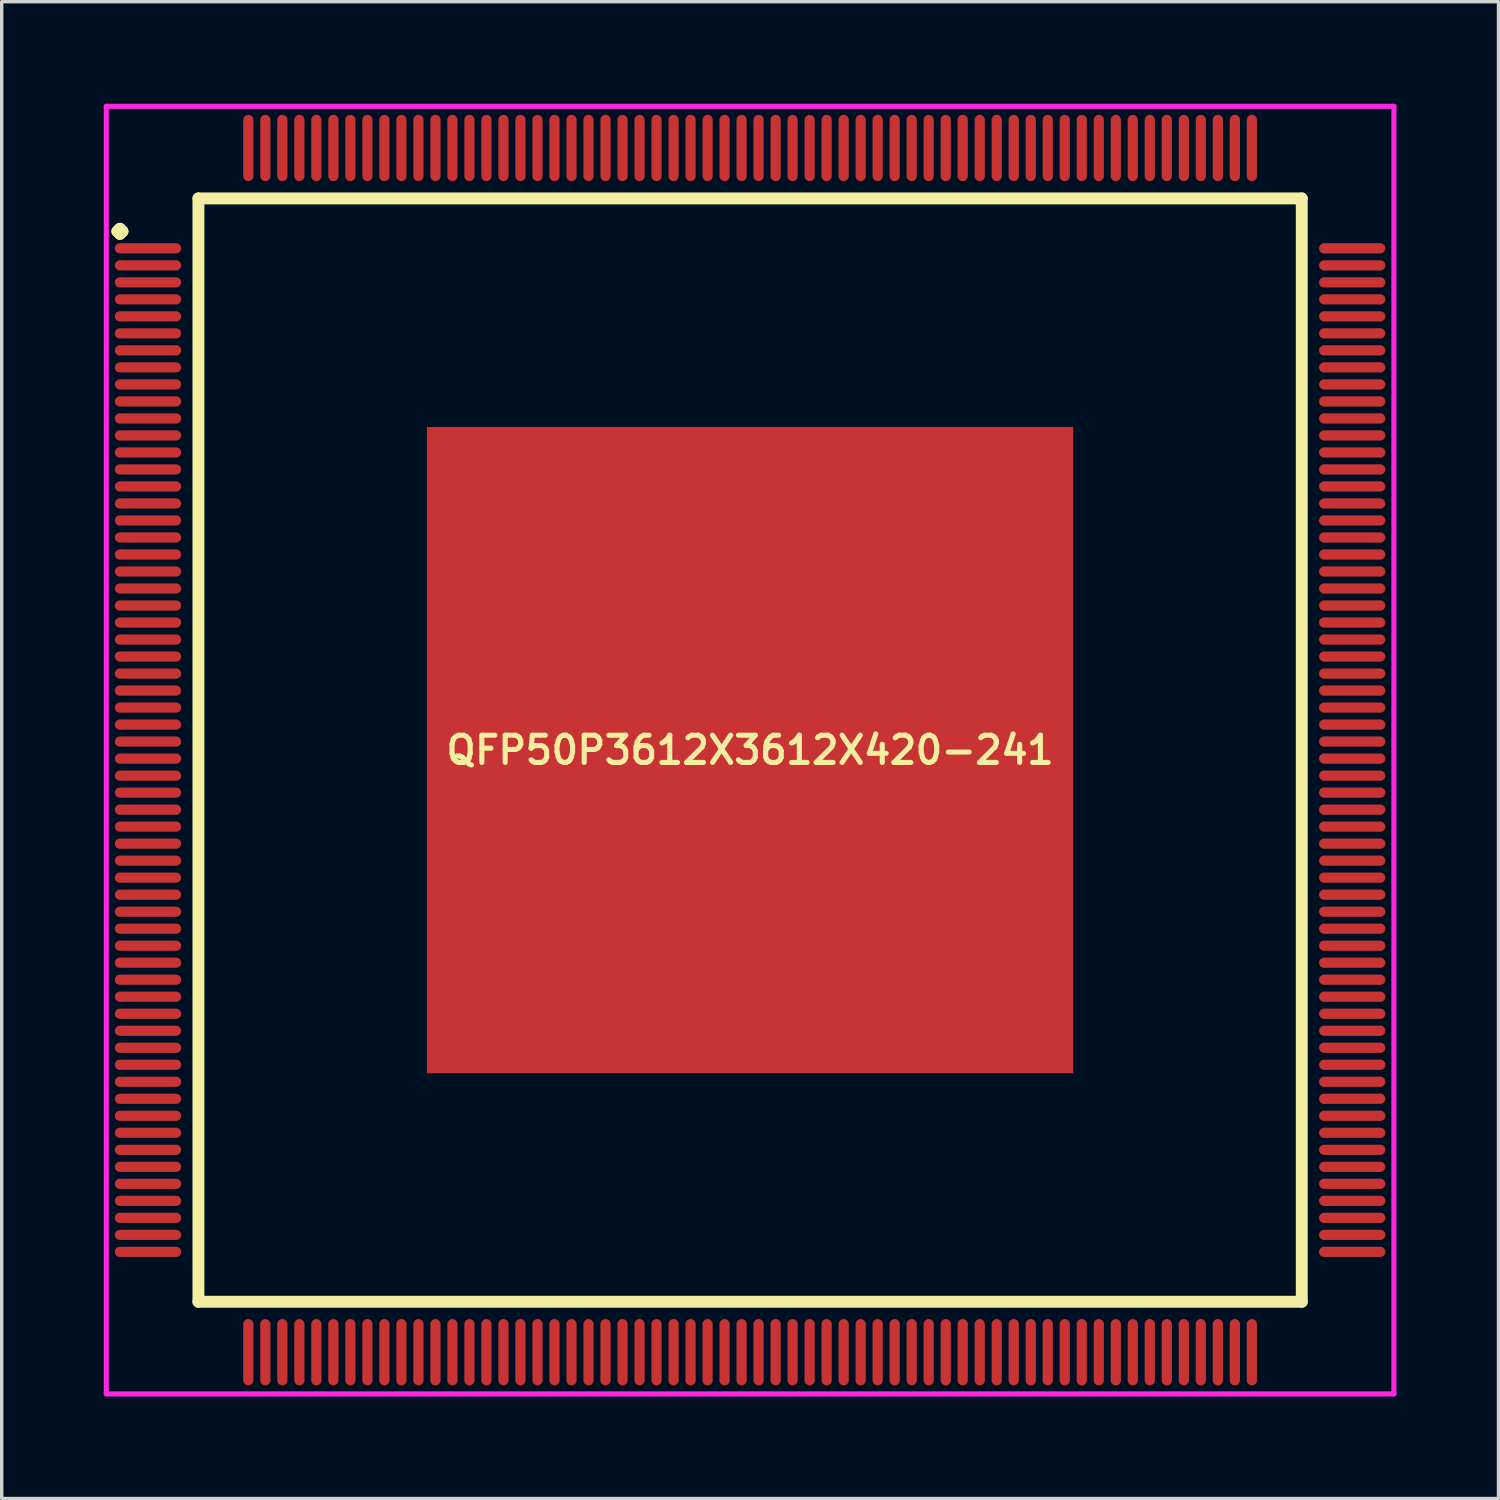
<source format=kicad_pcb>
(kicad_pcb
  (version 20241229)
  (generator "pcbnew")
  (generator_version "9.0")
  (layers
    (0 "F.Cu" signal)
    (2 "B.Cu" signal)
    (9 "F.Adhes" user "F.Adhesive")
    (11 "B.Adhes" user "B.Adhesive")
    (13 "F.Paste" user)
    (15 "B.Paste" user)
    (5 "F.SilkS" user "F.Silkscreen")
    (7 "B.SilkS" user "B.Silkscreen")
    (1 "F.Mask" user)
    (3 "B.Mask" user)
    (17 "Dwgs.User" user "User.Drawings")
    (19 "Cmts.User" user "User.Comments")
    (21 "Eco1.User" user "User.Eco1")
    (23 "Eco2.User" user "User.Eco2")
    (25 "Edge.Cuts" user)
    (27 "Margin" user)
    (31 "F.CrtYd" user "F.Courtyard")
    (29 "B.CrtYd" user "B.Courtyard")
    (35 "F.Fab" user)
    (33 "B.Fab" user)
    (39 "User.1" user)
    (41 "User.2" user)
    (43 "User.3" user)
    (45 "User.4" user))
  (footprint "QFP50P3612X3612X420-241"
    (layer "F.Cu")
    (at 19 19)
    (property "Reference" "QFP50P3612X3612X420-241" (at 0 0 0) (layer "F.SilkS") (effects (font (size 0.8 0.8) (thickness 0.15))))
    (attr smd)
    (fp_line (start -18.6 -15.25) (end -18.525 -15.325) (stroke (width 0.35) (type solid)) (layer "F.SilkS"))
    (fp_line (start -18.525 -15.325) (end -18.45 -15.25) (stroke (width 0.35) (type solid)) (layer "F.SilkS"))
    (fp_line (start -18.525 -15.175) (end -18.6 -15.25) (stroke (width 0.35) (type solid)) (layer "F.SilkS"))
    (fp_line (start -18.45 -15.25) (end -18.525 -15.175) (stroke (width 0.35) (type solid)) (layer "F.SilkS"))
    (fp_line (start -16.217 -16.217) (end -16.217 16.217) (stroke (width 0.35) (type solid)) (layer "F.SilkS"))
    (fp_line (start -16.217 16.217) (end 16.217 16.217) (stroke (width 0.35) (type solid)) (layer "F.SilkS"))
    (fp_line (start 16.217 -16.217) (end -16.217 -16.217) (stroke (width 0.35) (type solid)) (layer "F.SilkS"))
    (fp_line (start 16.217 16.217) (end 16.217 -16.217) (stroke (width 0.35) (type solid)) (layer "F.SilkS"))
    (fp_line (start -18.925 -18.925) (end 18.925 -18.925) (stroke (width 0.15) (type solid)) (layer "F.CrtYd"))
    (fp_line (start -18.925 18.925) (end -18.925 -18.925) (stroke (width 0.15) (type solid)) (layer "F.CrtYd"))
    (fp_line (start 18.925 -18.925) (end 18.925 18.925) (stroke (width 0.15) (type solid)) (layer "F.CrtYd"))
    (fp_line (start 18.925 18.925) (end -18.925 18.925) (stroke (width 0.15) (type solid)) (layer "F.CrtYd"))
    (pad "1" smd oval (at -17.7 -14.75) (size 1.95 0.3) (layers "F.Cu" "F.Mask" "F.Paste"))
    (pad "2" smd oval (at -17.7 -14.25) (size 1.95 0.3) (layers "F.Cu" "F.Mask" "F.Paste"))
    (pad "3" smd oval (at -17.7 -13.75) (size 1.95 0.3) (layers "F.Cu" "F.Mask" "F.Paste"))
    (pad "4" smd oval (at -17.7 -13.25) (size 1.95 0.3) (layers "F.Cu" "F.Mask" "F.Paste"))
    (pad "5" smd oval (at -17.7 -12.75) (size 1.95 0.3) (layers "F.Cu" "F.Mask" "F.Paste"))
    (pad "6" smd oval (at -17.7 -12.25) (size 1.95 0.3) (layers "F.Cu" "F.Mask" "F.Paste"))
    (pad "7" smd oval (at -17.7 -11.75) (size 1.95 0.3) (layers "F.Cu" "F.Mask" "F.Paste"))
    (pad "8" smd oval (at -17.7 -11.25) (size 1.95 0.3) (layers "F.Cu" "F.Mask" "F.Paste"))
    (pad "9" smd oval (at -17.7 -10.75) (size 1.95 0.3) (layers "F.Cu" "F.Mask" "F.Paste"))
    (pad "10" smd oval (at -17.7 -10.25) (size 1.95 0.3) (layers "F.Cu" "F.Mask" "F.Paste"))
    (pad "11" smd oval (at -17.7 -9.75) (size 1.95 0.3) (layers "F.Cu" "F.Mask" "F.Paste"))
    (pad "12" smd oval (at -17.7 -9.25) (size 1.95 0.3) (layers "F.Cu" "F.Mask" "F.Paste"))
    (pad "13" smd oval (at -17.7 -8.75) (size 1.95 0.3) (layers "F.Cu" "F.Mask" "F.Paste"))
    (pad "14" smd oval (at -17.7 -8.25) (size 1.95 0.3) (layers "F.Cu" "F.Mask" "F.Paste"))
    (pad "15" smd oval (at -17.7 -7.75) (size 1.95 0.3) (layers "F.Cu" "F.Mask" "F.Paste"))
    (pad "16" smd oval (at -17.7 -7.25) (size 1.95 0.3) (layers "F.Cu" "F.Mask" "F.Paste"))
    (pad "17" smd oval (at -17.7 -6.75) (size 1.95 0.3) (layers "F.Cu" "F.Mask" "F.Paste"))
    (pad "18" smd oval (at -17.7 -6.25) (size 1.95 0.3) (layers "F.Cu" "F.Mask" "F.Paste"))
    (pad "19" smd oval (at -17.7 -5.75) (size 1.95 0.3) (layers "F.Cu" "F.Mask" "F.Paste"))
    (pad "20" smd oval (at -17.7 -5.25) (size 1.95 0.3) (layers "F.Cu" "F.Mask" "F.Paste"))
    (pad "21" smd oval (at -17.7 -4.75) (size 1.95 0.3) (layers "F.Cu" "F.Mask" "F.Paste"))
    (pad "22" smd oval (at -17.7 -4.25) (size 1.95 0.3) (layers "F.Cu" "F.Mask" "F.Paste"))
    (pad "23" smd oval (at -17.7 -3.75) (size 1.95 0.3) (layers "F.Cu" "F.Mask" "F.Paste"))
    (pad "24" smd oval (at -17.7 -3.25) (size 1.95 0.3) (layers "F.Cu" "F.Mask" "F.Paste"))
    (pad "25" smd oval (at -17.7 -2.75) (size 1.95 0.3) (layers "F.Cu" "F.Mask" "F.Paste"))
    (pad "26" smd oval (at -17.7 -2.25) (size 1.95 0.3) (layers "F.Cu" "F.Mask" "F.Paste"))
    (pad "27" smd oval (at -17.7 -1.75) (size 1.95 0.3) (layers "F.Cu" "F.Mask" "F.Paste"))
    (pad "28" smd oval (at -17.7 -1.25) (size 1.95 0.3) (layers "F.Cu" "F.Mask" "F.Paste"))
    (pad "29" smd oval (at -17.7 -0.75) (size 1.95 0.3) (layers "F.Cu" "F.Mask" "F.Paste"))
    (pad "30" smd oval (at -17.7 -0.25) (size 1.95 0.3) (layers "F.Cu" "F.Mask" "F.Paste"))
    (pad "31" smd oval (at -17.7 0.25) (size 1.95 0.3) (layers "F.Cu" "F.Mask" "F.Paste"))
    (pad "32" smd oval (at -17.7 0.75) (size 1.95 0.3) (layers "F.Cu" "F.Mask" "F.Paste"))
    (pad "33" smd oval (at -17.7 1.25) (size 1.95 0.3) (layers "F.Cu" "F.Mask" "F.Paste"))
    (pad "34" smd oval (at -17.7 1.75) (size 1.95 0.3) (layers "F.Cu" "F.Mask" "F.Paste"))
    (pad "35" smd oval (at -17.7 2.25) (size 1.95 0.3) (layers "F.Cu" "F.Mask" "F.Paste"))
    (pad "36" smd oval (at -17.7 2.75) (size 1.95 0.3) (layers "F.Cu" "F.Mask" "F.Paste"))
    (pad "37" smd oval (at -17.7 3.25) (size 1.95 0.3) (layers "F.Cu" "F.Mask" "F.Paste"))
    (pad "38" smd oval (at -17.7 3.75) (size 1.95 0.3) (layers "F.Cu" "F.Mask" "F.Paste"))
    (pad "39" smd oval (at -17.7 4.25) (size 1.95 0.3) (layers "F.Cu" "F.Mask" "F.Paste"))
    (pad "40" smd oval (at -17.7 4.75) (size 1.95 0.3) (layers "F.Cu" "F.Mask" "F.Paste"))
    (pad "41" smd oval (at -17.7 5.25) (size 1.95 0.3) (layers "F.Cu" "F.Mask" "F.Paste"))
    (pad "42" smd oval (at -17.7 5.75) (size 1.95 0.3) (layers "F.Cu" "F.Mask" "F.Paste"))
    (pad "43" smd oval (at -17.7 6.25) (size 1.95 0.3) (layers "F.Cu" "F.Mask" "F.Paste"))
    (pad "44" smd oval (at -17.7 6.75) (size 1.95 0.3) (layers "F.Cu" "F.Mask" "F.Paste"))
    (pad "45" smd oval (at -17.7 7.25) (size 1.95 0.3) (layers "F.Cu" "F.Mask" "F.Paste"))
    (pad "46" smd oval (at -17.7 7.75) (size 1.95 0.3) (layers "F.Cu" "F.Mask" "F.Paste"))
    (pad "47" smd oval (at -17.7 8.25) (size 1.95 0.3) (layers "F.Cu" "F.Mask" "F.Paste"))
    (pad "48" smd oval (at -17.7 8.75) (size 1.95 0.3) (layers "F.Cu" "F.Mask" "F.Paste"))
    (pad "49" smd oval (at -17.7 9.25) (size 1.95 0.3) (layers "F.Cu" "F.Mask" "F.Paste"))
    (pad "50" smd oval (at -17.7 9.75) (size 1.95 0.3) (layers "F.Cu" "F.Mask" "F.Paste"))
    (pad "51" smd oval (at -17.7 10.25) (size 1.95 0.3) (layers "F.Cu" "F.Mask" "F.Paste"))
    (pad "52" smd oval (at -17.7 10.75) (size 1.95 0.3) (layers "F.Cu" "F.Mask" "F.Paste"))
    (pad "53" smd oval (at -17.7 11.25) (size 1.95 0.3) (layers "F.Cu" "F.Mask" "F.Paste"))
    (pad "54" smd oval (at -17.7 11.75) (size 1.95 0.3) (layers "F.Cu" "F.Mask" "F.Paste"))
    (pad "55" smd oval (at -17.7 12.25) (size 1.95 0.3) (layers "F.Cu" "F.Mask" "F.Paste"))
    (pad "56" smd oval (at -17.7 12.75) (size 1.95 0.3) (layers "F.Cu" "F.Mask" "F.Paste"))
    (pad "57" smd oval (at -17.7 13.25) (size 1.95 0.3) (layers "F.Cu" "F.Mask" "F.Paste"))
    (pad "58" smd oval (at -17.7 13.75) (size 1.95 0.3) (layers "F.Cu" "F.Mask" "F.Paste"))
    (pad "59" smd oval (at -17.7 14.25) (size 1.95 0.3) (layers "F.Cu" "F.Mask" "F.Paste"))
    (pad "60" smd oval (at -17.7 14.75) (size 1.95 0.3) (layers "F.Cu" "F.Mask" "F.Paste"))
    (pad "61" smd oval (at -14.75 17.7) (size 0.3 1.95) (layers "F.Cu" "F.Mask" "F.Paste"))
    (pad "62" smd oval (at -14.25 17.7) (size 0.3 1.95) (layers "F.Cu" "F.Mask" "F.Paste"))
    (pad "63" smd oval (at -13.75 17.7) (size 0.3 1.95) (layers "F.Cu" "F.Mask" "F.Paste"))
    (pad "64" smd oval (at -13.25 17.7) (size 0.3 1.95) (layers "F.Cu" "F.Mask" "F.Paste"))
    (pad "65" smd oval (at -12.75 17.7) (size 0.3 1.95) (layers "F.Cu" "F.Mask" "F.Paste"))
    (pad "66" smd oval (at -12.25 17.7) (size 0.3 1.95) (layers "F.Cu" "F.Mask" "F.Paste"))
    (pad "67" smd oval (at -11.75 17.7) (size 0.3 1.95) (layers "F.Cu" "F.Mask" "F.Paste"))
    (pad "68" smd oval (at -11.25 17.7) (size 0.3 1.95) (layers "F.Cu" "F.Mask" "F.Paste"))
    (pad "69" smd oval (at -10.75 17.7) (size 0.3 1.95) (layers "F.Cu" "F.Mask" "F.Paste"))
    (pad "70" smd oval (at -10.25 17.7) (size 0.3 1.95) (layers "F.Cu" "F.Mask" "F.Paste"))
    (pad "71" smd oval (at -9.75 17.7) (size 0.3 1.95) (layers "F.Cu" "F.Mask" "F.Paste"))
    (pad "72" smd oval (at -9.25 17.7) (size 0.3 1.95) (layers "F.Cu" "F.Mask" "F.Paste"))
    (pad "73" smd oval (at -8.75 17.7) (size 0.3 1.95) (layers "F.Cu" "F.Mask" "F.Paste"))
    (pad "74" smd oval (at -8.25 17.7) (size 0.3 1.95) (layers "F.Cu" "F.Mask" "F.Paste"))
    (pad "75" smd oval (at -7.75 17.7) (size 0.3 1.95) (layers "F.Cu" "F.Mask" "F.Paste"))
    (pad "76" smd oval (at -7.25 17.7) (size 0.3 1.95) (layers "F.Cu" "F.Mask" "F.Paste"))
    (pad "77" smd oval (at -6.75 17.7) (size 0.3 1.95) (layers "F.Cu" "F.Mask" "F.Paste"))
    (pad "78" smd oval (at -6.25 17.7) (size 0.3 1.95) (layers "F.Cu" "F.Mask" "F.Paste"))
    (pad "79" smd oval (at -5.75 17.7) (size 0.3 1.95) (layers "F.Cu" "F.Mask" "F.Paste"))
    (pad "80" smd oval (at -5.25 17.7) (size 0.3 1.95) (layers "F.Cu" "F.Mask" "F.Paste"))
    (pad "81" smd oval (at -4.75 17.7) (size 0.3 1.95) (layers "F.Cu" "F.Mask" "F.Paste"))
    (pad "82" smd oval (at -4.25 17.7) (size 0.3 1.95) (layers "F.Cu" "F.Mask" "F.Paste"))
    (pad "83" smd oval (at -3.75 17.7) (size 0.3 1.95) (layers "F.Cu" "F.Mask" "F.Paste"))
    (pad "84" smd oval (at -3.25 17.7) (size 0.3 1.95) (layers "F.Cu" "F.Mask" "F.Paste"))
    (pad "85" smd oval (at -2.75 17.7) (size 0.3 1.95) (layers "F.Cu" "F.Mask" "F.Paste"))
    (pad "86" smd oval (at -2.25 17.7) (size 0.3 1.95) (layers "F.Cu" "F.Mask" "F.Paste"))
    (pad "87" smd oval (at -1.75 17.7) (size 0.3 1.95) (layers "F.Cu" "F.Mask" "F.Paste"))
    (pad "88" smd oval (at -1.25 17.7) (size 0.3 1.95) (layers "F.Cu" "F.Mask" "F.Paste"))
    (pad "89" smd oval (at -0.75 17.7) (size 0.3 1.95) (layers "F.Cu" "F.Mask" "F.Paste"))
    (pad "90" smd oval (at -0.25 17.7) (size 0.3 1.95) (layers "F.Cu" "F.Mask" "F.Paste"))
    (pad "91" smd oval (at 0.25 17.7) (size 0.3 1.95) (layers "F.Cu" "F.Mask" "F.Paste"))
    (pad "92" smd oval (at 0.75 17.7) (size 0.3 1.95) (layers "F.Cu" "F.Mask" "F.Paste"))
    (pad "93" smd oval (at 1.25 17.7) (size 0.3 1.95) (layers "F.Cu" "F.Mask" "F.Paste"))
    (pad "94" smd oval (at 1.75 17.7) (size 0.3 1.95) (layers "F.Cu" "F.Mask" "F.Paste"))
    (pad "95" smd oval (at 2.25 17.7) (size 0.3 1.95) (layers "F.Cu" "F.Mask" "F.Paste"))
    (pad "96" smd oval (at 2.75 17.7) (size 0.3 1.95) (layers "F.Cu" "F.Mask" "F.Paste"))
    (pad "97" smd oval (at 3.25 17.7) (size 0.3 1.95) (layers "F.Cu" "F.Mask" "F.Paste"))
    (pad "98" smd oval (at 3.75 17.7) (size 0.3 1.95) (layers "F.Cu" "F.Mask" "F.Paste"))
    (pad "99" smd oval (at 4.25 17.7) (size 0.3 1.95) (layers "F.Cu" "F.Mask" "F.Paste"))
    (pad "100" smd oval (at 4.75 17.7) (size 0.3 1.95) (layers "F.Cu" "F.Mask" "F.Paste"))
    (pad "101" smd oval (at 5.25 17.7) (size 0.3 1.95) (layers "F.Cu" "F.Mask" "F.Paste"))
    (pad "102" smd oval (at 5.75 17.7) (size 0.3 1.95) (layers "F.Cu" "F.Mask" "F.Paste"))
    (pad "103" smd oval (at 6.25 17.7) (size 0.3 1.95) (layers "F.Cu" "F.Mask" "F.Paste"))
    (pad "104" smd oval (at 6.75 17.7) (size 0.3 1.95) (layers "F.Cu" "F.Mask" "F.Paste"))
    (pad "105" smd oval (at 7.25 17.7) (size 0.3 1.95) (layers "F.Cu" "F.Mask" "F.Paste"))
    (pad "106" smd oval (at 7.75 17.7) (size 0.3 1.95) (layers "F.Cu" "F.Mask" "F.Paste"))
    (pad "107" smd oval (at 8.25 17.7) (size 0.3 1.95) (layers "F.Cu" "F.Mask" "F.Paste"))
    (pad "108" smd oval (at 8.75 17.7) (size 0.3 1.95) (layers "F.Cu" "F.Mask" "F.Paste"))
    (pad "109" smd oval (at 9.25 17.7) (size 0.3 1.95) (layers "F.Cu" "F.Mask" "F.Paste"))
    (pad "110" smd oval (at 9.75 17.7) (size 0.3 1.95) (layers "F.Cu" "F.Mask" "F.Paste"))
    (pad "111" smd oval (at 10.25 17.7) (size 0.3 1.95) (layers "F.Cu" "F.Mask" "F.Paste"))
    (pad "112" smd oval (at 10.75 17.7) (size 0.3 1.95) (layers "F.Cu" "F.Mask" "F.Paste"))
    (pad "113" smd oval (at 11.25 17.7) (size 0.3 1.95) (layers "F.Cu" "F.Mask" "F.Paste"))
    (pad "114" smd oval (at 11.75 17.7) (size 0.3 1.95) (layers "F.Cu" "F.Mask" "F.Paste"))
    (pad "115" smd oval (at 12.25 17.7) (size 0.3 1.95) (layers "F.Cu" "F.Mask" "F.Paste"))
    (pad "116" smd oval (at 12.75 17.7) (size 0.3 1.95) (layers "F.Cu" "F.Mask" "F.Paste"))
    (pad "117" smd oval (at 13.25 17.7) (size 0.3 1.95) (layers "F.Cu" "F.Mask" "F.Paste"))
    (pad "118" smd oval (at 13.75 17.7) (size 0.3 1.95) (layers "F.Cu" "F.Mask" "F.Paste"))
    (pad "119" smd oval (at 14.25 17.7) (size 0.3 1.95) (layers "F.Cu" "F.Mask" "F.Paste"))
    (pad "120" smd oval (at 14.75 17.7) (size 0.3 1.95) (layers "F.Cu" "F.Mask" "F.Paste"))
    (pad "121" smd oval (at 17.7 14.75) (size 1.95 0.3) (layers "F.Cu" "F.Mask" "F.Paste"))
    (pad "122" smd oval (at 17.7 14.25) (size 1.95 0.3) (layers "F.Cu" "F.Mask" "F.Paste"))
    (pad "123" smd oval (at 17.7 13.75) (size 1.95 0.3) (layers "F.Cu" "F.Mask" "F.Paste"))
    (pad "124" smd oval (at 17.7 13.25) (size 1.95 0.3) (layers "F.Cu" "F.Mask" "F.Paste"))
    (pad "125" smd oval (at 17.7 12.75) (size 1.95 0.3) (layers "F.Cu" "F.Mask" "F.Paste"))
    (pad "126" smd oval (at 17.7 12.25) (size 1.95 0.3) (layers "F.Cu" "F.Mask" "F.Paste"))
    (pad "127" smd oval (at 17.7 11.75) (size 1.95 0.3) (layers "F.Cu" "F.Mask" "F.Paste"))
    (pad "128" smd oval (at 17.7 11.25) (size 1.95 0.3) (layers "F.Cu" "F.Mask" "F.Paste"))
    (pad "129" smd oval (at 17.7 10.75) (size 1.95 0.3) (layers "F.Cu" "F.Mask" "F.Paste"))
    (pad "130" smd oval (at 17.7 10.25) (size 1.95 0.3) (layers "F.Cu" "F.Mask" "F.Paste"))
    (pad "131" smd oval (at 17.7 9.75) (size 1.95 0.3) (layers "F.Cu" "F.Mask" "F.Paste"))
    (pad "132" smd oval (at 17.7 9.25) (size 1.95 0.3) (layers "F.Cu" "F.Mask" "F.Paste"))
    (pad "133" smd oval (at 17.7 8.75) (size 1.95 0.3) (layers "F.Cu" "F.Mask" "F.Paste"))
    (pad "134" smd oval (at 17.7 8.25) (size 1.95 0.3) (layers "F.Cu" "F.Mask" "F.Paste"))
    (pad "135" smd oval (at 17.7 7.75) (size 1.95 0.3) (layers "F.Cu" "F.Mask" "F.Paste"))
    (pad "136" smd oval (at 17.7 7.25) (size 1.95 0.3) (layers "F.Cu" "F.Mask" "F.Paste"))
    (pad "137" smd oval (at 17.7 6.75) (size 1.95 0.3) (layers "F.Cu" "F.Mask" "F.Paste"))
    (pad "138" smd oval (at 17.7 6.25) (size 1.95 0.3) (layers "F.Cu" "F.Mask" "F.Paste"))
    (pad "139" smd oval (at 17.7 5.75) (size 1.95 0.3) (layers "F.Cu" "F.Mask" "F.Paste"))
    (pad "140" smd oval (at 17.7 5.25) (size 1.95 0.3) (layers "F.Cu" "F.Mask" "F.Paste"))
    (pad "141" smd oval (at 17.7 4.75) (size 1.95 0.3) (layers "F.Cu" "F.Mask" "F.Paste"))
    (pad "142" smd oval (at 17.7 4.25) (size 1.95 0.3) (layers "F.Cu" "F.Mask" "F.Paste"))
    (pad "143" smd oval (at 17.7 3.75) (size 1.95 0.3) (layers "F.Cu" "F.Mask" "F.Paste"))
    (pad "144" smd oval (at 17.7 3.25) (size 1.95 0.3) (layers "F.Cu" "F.Mask" "F.Paste"))
    (pad "145" smd oval (at 17.7 2.75) (size 1.95 0.3) (layers "F.Cu" "F.Mask" "F.Paste"))
    (pad "146" smd oval (at 17.7 2.25) (size 1.95 0.3) (layers "F.Cu" "F.Mask" "F.Paste"))
    (pad "147" smd oval (at 17.7 1.75) (size 1.95 0.3) (layers "F.Cu" "F.Mask" "F.Paste"))
    (pad "148" smd oval (at 17.7 1.25) (size 1.95 0.3) (layers "F.Cu" "F.Mask" "F.Paste"))
    (pad "149" smd oval (at 17.7 0.75) (size 1.95 0.3) (layers "F.Cu" "F.Mask" "F.Paste"))
    (pad "150" smd oval (at 17.7 0.25) (size 1.95 0.3) (layers "F.Cu" "F.Mask" "F.Paste"))
    (pad "151" smd oval (at 17.7 -0.25) (size 1.95 0.3) (layers "F.Cu" "F.Mask" "F.Paste"))
    (pad "152" smd oval (at 17.7 -0.75) (size 1.95 0.3) (layers "F.Cu" "F.Mask" "F.Paste"))
    (pad "153" smd oval (at 17.7 -1.25) (size 1.95 0.3) (layers "F.Cu" "F.Mask" "F.Paste"))
    (pad "154" smd oval (at 17.7 -1.75) (size 1.95 0.3) (layers "F.Cu" "F.Mask" "F.Paste"))
    (pad "155" smd oval (at 17.7 -2.25) (size 1.95 0.3) (layers "F.Cu" "F.Mask" "F.Paste"))
    (pad "156" smd oval (at 17.7 -2.75) (size 1.95 0.3) (layers "F.Cu" "F.Mask" "F.Paste"))
    (pad "157" smd oval (at 17.7 -3.25) (size 1.95 0.3) (layers "F.Cu" "F.Mask" "F.Paste"))
    (pad "158" smd oval (at 17.7 -3.75) (size 1.95 0.3) (layers "F.Cu" "F.Mask" "F.Paste"))
    (pad "159" smd oval (at 17.7 -4.25) (size 1.95 0.3) (layers "F.Cu" "F.Mask" "F.Paste"))
    (pad "160" smd oval (at 17.7 -4.75) (size 1.95 0.3) (layers "F.Cu" "F.Mask" "F.Paste"))
    (pad "161" smd oval (at 17.7 -5.25) (size 1.95 0.3) (layers "F.Cu" "F.Mask" "F.Paste"))
    (pad "162" smd oval (at 17.7 -5.75) (size 1.95 0.3) (layers "F.Cu" "F.Mask" "F.Paste"))
    (pad "163" smd oval (at 17.7 -6.25) (size 1.95 0.3) (layers "F.Cu" "F.Mask" "F.Paste"))
    (pad "164" smd oval (at 17.7 -6.75) (size 1.95 0.3) (layers "F.Cu" "F.Mask" "F.Paste"))
    (pad "165" smd oval (at 17.7 -7.25) (size 1.95 0.3) (layers "F.Cu" "F.Mask" "F.Paste"))
    (pad "166" smd oval (at 17.7 -7.75) (size 1.95 0.3) (layers "F.Cu" "F.Mask" "F.Paste"))
    (pad "167" smd oval (at 17.7 -8.25) (size 1.95 0.3) (layers "F.Cu" "F.Mask" "F.Paste"))
    (pad "168" smd oval (at 17.7 -8.75) (size 1.95 0.3) (layers "F.Cu" "F.Mask" "F.Paste"))
    (pad "169" smd oval (at 17.7 -9.25) (size 1.95 0.3) (layers "F.Cu" "F.Mask" "F.Paste"))
    (pad "170" smd oval (at 17.7 -9.75) (size 1.95 0.3) (layers "F.Cu" "F.Mask" "F.Paste"))
    (pad "171" smd oval (at 17.7 -10.25) (size 1.95 0.3) (layers "F.Cu" "F.Mask" "F.Paste"))
    (pad "172" smd oval (at 17.7 -10.75) (size 1.95 0.3) (layers "F.Cu" "F.Mask" "F.Paste"))
    (pad "173" smd oval (at 17.7 -11.25) (size 1.95 0.3) (layers "F.Cu" "F.Mask" "F.Paste"))
    (pad "174" smd oval (at 17.7 -11.75) (size 1.95 0.3) (layers "F.Cu" "F.Mask" "F.Paste"))
    (pad "175" smd oval (at 17.7 -12.25) (size 1.95 0.3) (layers "F.Cu" "F.Mask" "F.Paste"))
    (pad "176" smd oval (at 17.7 -12.75) (size 1.95 0.3) (layers "F.Cu" "F.Mask" "F.Paste"))
    (pad "177" smd oval (at 17.7 -13.25) (size 1.95 0.3) (layers "F.Cu" "F.Mask" "F.Paste"))
    (pad "178" smd oval (at 17.7 -13.75) (size 1.95 0.3) (layers "F.Cu" "F.Mask" "F.Paste"))
    (pad "179" smd oval (at 17.7 -14.25) (size 1.95 0.3) (layers "F.Cu" "F.Mask" "F.Paste"))
    (pad "180" smd oval (at 17.7 -14.75) (size 1.95 0.3) (layers "F.Cu" "F.Mask" "F.Paste"))
    (pad "181" smd oval (at 14.75 -17.7) (size 0.3 1.95) (layers "F.Cu" "F.Mask" "F.Paste"))
    (pad "182" smd oval (at 14.25 -17.7) (size 0.3 1.95) (layers "F.Cu" "F.Mask" "F.Paste"))
    (pad "183" smd oval (at 13.75 -17.7) (size 0.3 1.95) (layers "F.Cu" "F.Mask" "F.Paste"))
    (pad "184" smd oval (at 13.25 -17.7) (size 0.3 1.95) (layers "F.Cu" "F.Mask" "F.Paste"))
    (pad "185" smd oval (at 12.75 -17.7) (size 0.3 1.95) (layers "F.Cu" "F.Mask" "F.Paste"))
    (pad "186" smd oval (at 12.25 -17.7) (size 0.3 1.95) (layers "F.Cu" "F.Mask" "F.Paste"))
    (pad "187" smd oval (at 11.75 -17.7) (size 0.3 1.95) (layers "F.Cu" "F.Mask" "F.Paste"))
    (pad "188" smd oval (at 11.25 -17.7) (size 0.3 1.95) (layers "F.Cu" "F.Mask" "F.Paste"))
    (pad "189" smd oval (at 10.75 -17.7) (size 0.3 1.95) (layers "F.Cu" "F.Mask" "F.Paste"))
    (pad "190" smd oval (at 10.25 -17.7) (size 0.3 1.95) (layers "F.Cu" "F.Mask" "F.Paste"))
    (pad "191" smd oval (at 9.75 -17.7) (size 0.3 1.95) (layers "F.Cu" "F.Mask" "F.Paste"))
    (pad "192" smd oval (at 9.25 -17.7) (size 0.3 1.95) (layers "F.Cu" "F.Mask" "F.Paste"))
    (pad "193" smd oval (at 8.75 -17.7) (size 0.3 1.95) (layers "F.Cu" "F.Mask" "F.Paste"))
    (pad "194" smd oval (at 8.25 -17.7) (size 0.3 1.95) (layers "F.Cu" "F.Mask" "F.Paste"))
    (pad "195" smd oval (at 7.75 -17.7) (size 0.3 1.95) (layers "F.Cu" "F.Mask" "F.Paste"))
    (pad "196" smd oval (at 7.25 -17.7) (size 0.3 1.95) (layers "F.Cu" "F.Mask" "F.Paste"))
    (pad "197" smd oval (at 6.75 -17.7) (size 0.3 1.95) (layers "F.Cu" "F.Mask" "F.Paste"))
    (pad "198" smd oval (at 6.25 -17.7) (size 0.3 1.95) (layers "F.Cu" "F.Mask" "F.Paste"))
    (pad "199" smd oval (at 5.75 -17.7) (size 0.3 1.95) (layers "F.Cu" "F.Mask" "F.Paste"))
    (pad "200" smd oval (at 5.25 -17.7) (size 0.3 1.95) (layers "F.Cu" "F.Mask" "F.Paste"))
    (pad "201" smd oval (at 4.75 -17.7) (size 0.3 1.95) (layers "F.Cu" "F.Mask" "F.Paste"))
    (pad "202" smd oval (at 4.25 -17.7) (size 0.3 1.95) (layers "F.Cu" "F.Mask" "F.Paste"))
    (pad "203" smd oval (at 3.75 -17.7) (size 0.3 1.95) (layers "F.Cu" "F.Mask" "F.Paste"))
    (pad "204" smd oval (at 3.25 -17.7) (size 0.3 1.95) (layers "F.Cu" "F.Mask" "F.Paste"))
    (pad "205" smd oval (at 2.75 -17.7) (size 0.3 1.95) (layers "F.Cu" "F.Mask" "F.Paste"))
    (pad "206" smd oval (at 2.25 -17.7) (size 0.3 1.95) (layers "F.Cu" "F.Mask" "F.Paste"))
    (pad "207" smd oval (at 1.75 -17.7) (size 0.3 1.95) (layers "F.Cu" "F.Mask" "F.Paste"))
    (pad "208" smd oval (at 1.25 -17.7) (size 0.3 1.95) (layers "F.Cu" "F.Mask" "F.Paste"))
    (pad "209" smd oval (at 0.75 -17.7) (size 0.3 1.95) (layers "F.Cu" "F.Mask" "F.Paste"))
    (pad "210" smd oval (at 0.25 -17.7) (size 0.3 1.95) (layers "F.Cu" "F.Mask" "F.Paste"))
    (pad "211" smd oval (at -0.25 -17.7) (size 0.3 1.95) (layers "F.Cu" "F.Mask" "F.Paste"))
    (pad "212" smd oval (at -0.75 -17.7) (size 0.3 1.95) (layers "F.Cu" "F.Mask" "F.Paste"))
    (pad "213" smd oval (at -1.25 -17.7) (size 0.3 1.95) (layers "F.Cu" "F.Mask" "F.Paste"))
    (pad "214" smd oval (at -1.75 -17.7) (size 0.3 1.95) (layers "F.Cu" "F.Mask" "F.Paste"))
    (pad "215" smd oval (at -2.25 -17.7) (size 0.3 1.95) (layers "F.Cu" "F.Mask" "F.Paste"))
    (pad "216" smd oval (at -2.75 -17.7) (size 0.3 1.95) (layers "F.Cu" "F.Mask" "F.Paste"))
    (pad "217" smd oval (at -3.25 -17.7) (size 0.3 1.95) (layers "F.Cu" "F.Mask" "F.Paste"))
    (pad "218" smd oval (at -3.75 -17.7) (size 0.3 1.95) (layers "F.Cu" "F.Mask" "F.Paste"))
    (pad "219" smd oval (at -4.25 -17.7) (size 0.3 1.95) (layers "F.Cu" "F.Mask" "F.Paste"))
    (pad "220" smd oval (at -4.75 -17.7) (size 0.3 1.95) (layers "F.Cu" "F.Mask" "F.Paste"))
    (pad "221" smd oval (at -5.25 -17.7) (size 0.3 1.95) (layers "F.Cu" "F.Mask" "F.Paste"))
    (pad "222" smd oval (at -5.75 -17.7) (size 0.3 1.95) (layers "F.Cu" "F.Mask" "F.Paste"))
    (pad "223" smd oval (at -6.25 -17.7) (size 0.3 1.95) (layers "F.Cu" "F.Mask" "F.Paste"))
    (pad "224" smd oval (at -6.75 -17.7) (size 0.3 1.95) (layers "F.Cu" "F.Mask" "F.Paste"))
    (pad "225" smd oval (at -7.25 -17.7) (size 0.3 1.95) (layers "F.Cu" "F.Mask" "F.Paste"))
    (pad "226" smd oval (at -7.75 -17.7) (size 0.3 1.95) (layers "F.Cu" "F.Mask" "F.Paste"))
    (pad "227" smd oval (at -8.25 -17.7) (size 0.3 1.95) (layers "F.Cu" "F.Mask" "F.Paste"))
    (pad "228" smd oval (at -8.75 -17.7) (size 0.3 1.95) (layers "F.Cu" "F.Mask" "F.Paste"))
    (pad "229" smd oval (at -9.25 -17.7) (size 0.3 1.95) (layers "F.Cu" "F.Mask" "F.Paste"))
    (pad "230" smd oval (at -9.75 -17.7) (size 0.3 1.95) (layers "F.Cu" "F.Mask" "F.Paste"))
    (pad "231" smd oval (at -10.25 -17.7) (size 0.3 1.95) (layers "F.Cu" "F.Mask" "F.Paste"))
    (pad "232" smd oval (at -10.75 -17.7) (size 0.3 1.95) (layers "F.Cu" "F.Mask" "F.Paste"))
    (pad "233" smd oval (at -11.25 -17.7) (size 0.3 1.95) (layers "F.Cu" "F.Mask" "F.Paste"))
    (pad "234" smd oval (at -11.75 -17.7) (size 0.3 1.95) (layers "F.Cu" "F.Mask" "F.Paste"))
    (pad "235" smd oval (at -12.25 -17.7) (size 0.3 1.95) (layers "F.Cu" "F.Mask" "F.Paste"))
    (pad "236" smd oval (at -12.75 -17.7) (size 0.3 1.95) (layers "F.Cu" "F.Mask" "F.Paste"))
    (pad "237" smd oval (at -13.25 -17.7) (size 0.3 1.95) (layers "F.Cu" "F.Mask" "F.Paste"))
    (pad "238" smd oval (at -13.75 -17.7) (size 0.3 1.95) (layers "F.Cu" "F.Mask" "F.Paste"))
    (pad "239" smd oval (at -14.25 -17.7) (size 0.3 1.95) (layers "F.Cu" "F.Mask" "F.Paste"))
    (pad "240" smd oval (at -14.75 -17.7) (size 0.3 1.95) (layers "F.Cu" "F.Mask" "F.Paste"))
    (pad "241" smd rect (at 0 0) (size 19 19) (layers "F.Cu" "F.Mask" "F.Paste")))
  (gr_rect
    (start -3 -3)
    (end 41 41)
    (stroke (width 0.1) (type default))
    (fill no)
    (layer "Edge.Cuts")))
</source>
